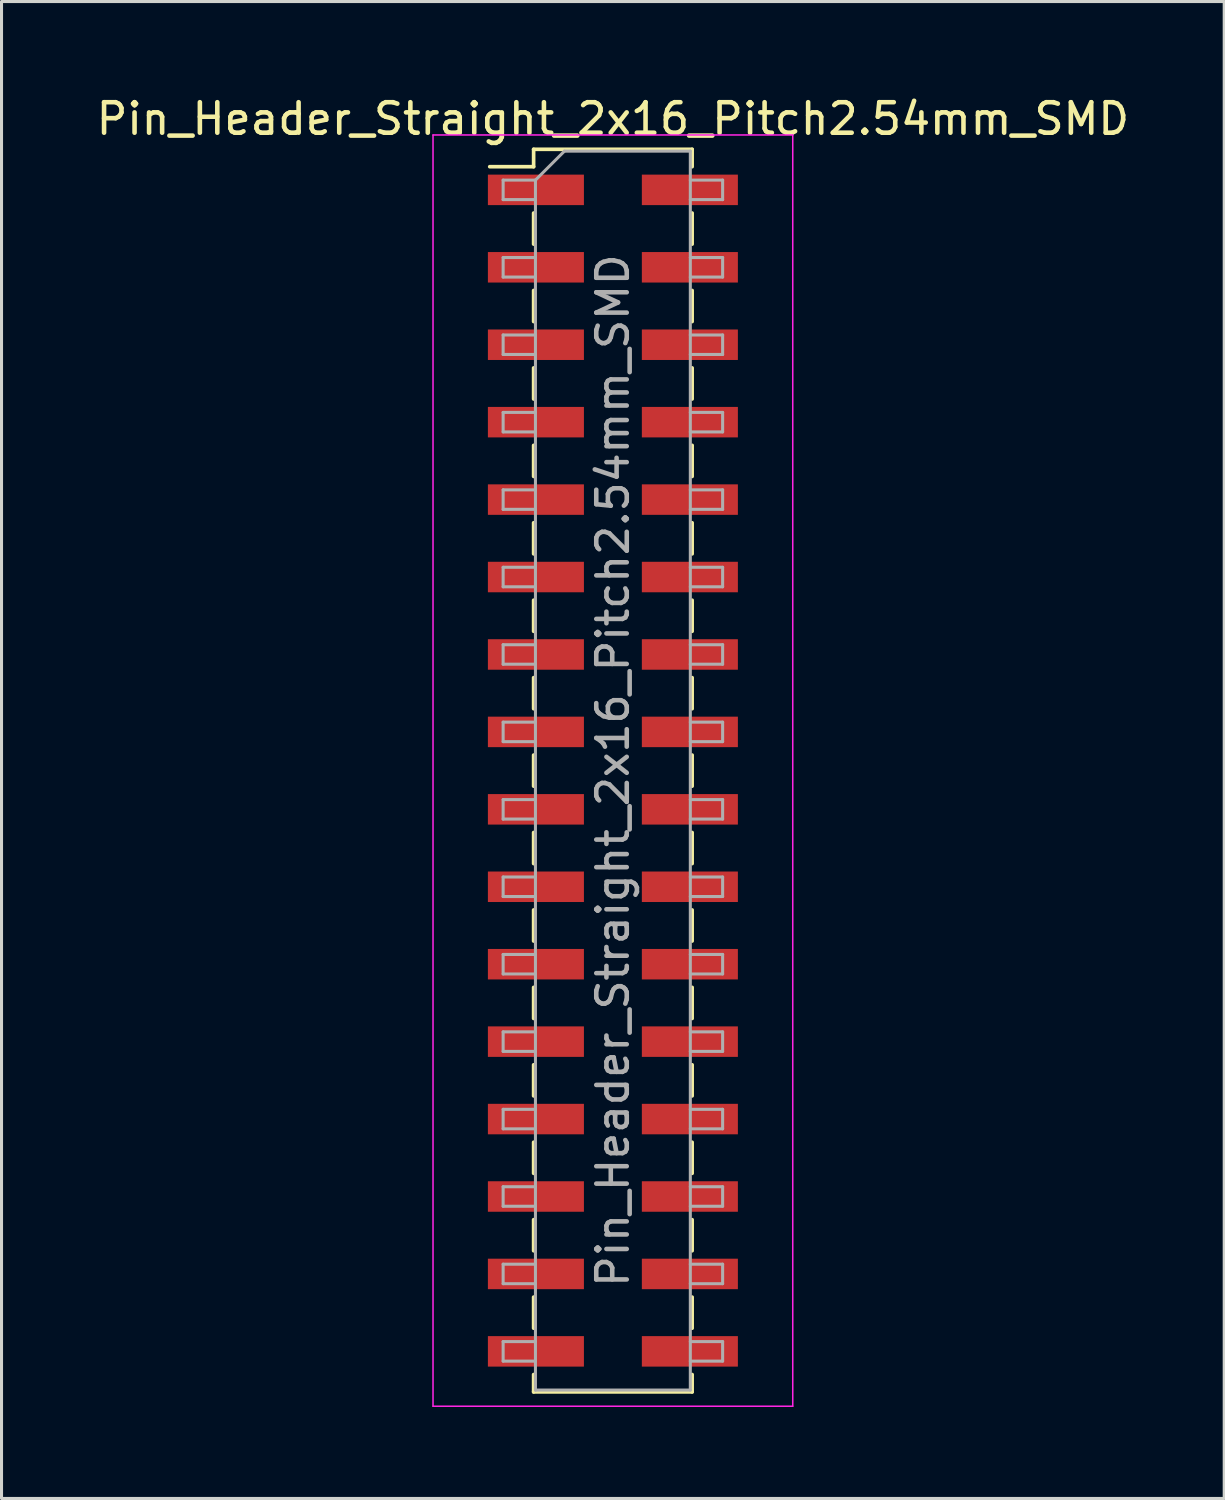
<source format=kicad_pcb>
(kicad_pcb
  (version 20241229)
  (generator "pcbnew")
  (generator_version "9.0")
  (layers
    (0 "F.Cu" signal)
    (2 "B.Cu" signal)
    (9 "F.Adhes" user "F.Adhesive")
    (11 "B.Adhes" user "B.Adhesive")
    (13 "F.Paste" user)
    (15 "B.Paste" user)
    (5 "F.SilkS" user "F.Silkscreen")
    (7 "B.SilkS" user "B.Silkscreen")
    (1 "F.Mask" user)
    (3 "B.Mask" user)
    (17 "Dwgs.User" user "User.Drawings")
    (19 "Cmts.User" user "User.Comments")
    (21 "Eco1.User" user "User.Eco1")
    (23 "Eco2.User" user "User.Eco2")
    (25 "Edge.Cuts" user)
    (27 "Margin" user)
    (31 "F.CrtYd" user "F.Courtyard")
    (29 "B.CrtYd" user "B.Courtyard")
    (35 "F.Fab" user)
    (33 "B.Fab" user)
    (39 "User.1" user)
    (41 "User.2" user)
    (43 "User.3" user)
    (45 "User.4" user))
  (footprint "Pin_Header_Straight_2x16_Pitch2.54mm_SMD"
    (layer "F.Cu")
    (at 17.054 22.228)
    (property "Reference" "Pin_Header_Straight_2x16_Pitch2.54mm_SMD" (at 0 -21.38 0) (layer "F.SilkS") (effects (font (size 1 1) (thickness 0.15))))
    (attr smd)
    (fp_line (start -4.04 -19.81) (end -2.6 -19.81) (stroke (width 0.12) (type solid)) (layer "F.SilkS"))
    (fp_line (start -2.6 -20.38) (end -2.6 -19.81) (stroke (width 0.12) (type solid)) (layer "F.SilkS"))
    (fp_line (start -2.6 -20.38) (end 2.6 -20.38) (stroke (width 0.12) (type solid)) (layer "F.SilkS"))
    (fp_line (start -2.6 -18.29) (end -2.6 -17.27) (stroke (width 0.12) (type solid)) (layer "F.SilkS"))
    (fp_line (start -2.6 -15.75) (end -2.6 -14.73) (stroke (width 0.12) (type solid)) (layer "F.SilkS"))
    (fp_line (start -2.6 -13.21) (end -2.6 -12.19) (stroke (width 0.12) (type solid)) (layer "F.SilkS"))
    (fp_line (start -2.6 -10.67) (end -2.6 -9.65) (stroke (width 0.12) (type solid)) (layer "F.SilkS"))
    (fp_line (start -2.6 -8.13) (end -2.6 -7.11) (stroke (width 0.12) (type solid)) (layer "F.SilkS"))
    (fp_line (start -2.6 -5.59) (end -2.6 -4.57) (stroke (width 0.12) (type solid)) (layer "F.SilkS"))
    (fp_line (start -2.6 -3.05) (end -2.6 -2.03) (stroke (width 0.12) (type solid)) (layer "F.SilkS"))
    (fp_line (start -2.6 -0.51) (end -2.6 0.51) (stroke (width 0.12) (type solid)) (layer "F.SilkS"))
    (fp_line (start -2.6 2.03) (end -2.6 3.05) (stroke (width 0.12) (type solid)) (layer "F.SilkS"))
    (fp_line (start -2.6 4.57) (end -2.6 5.59) (stroke (width 0.12) (type solid)) (layer "F.SilkS"))
    (fp_line (start -2.6 7.11) (end -2.6 8.13) (stroke (width 0.12) (type solid)) (layer "F.SilkS"))
    (fp_line (start -2.6 9.65) (end -2.6 10.67) (stroke (width 0.12) (type solid)) (layer "F.SilkS"))
    (fp_line (start -2.6 12.19) (end -2.6 13.21) (stroke (width 0.12) (type solid)) (layer "F.SilkS"))
    (fp_line (start -2.6 14.73) (end -2.6 15.75) (stroke (width 0.12) (type solid)) (layer "F.SilkS"))
    (fp_line (start -2.6 17.27) (end -2.6 18.29) (stroke (width 0.12) (type solid)) (layer "F.SilkS"))
    (fp_line (start -2.6 19.81) (end -2.6 20.38) (stroke (width 0.12) (type solid)) (layer "F.SilkS"))
    (fp_line (start -2.6 20.38) (end 2.6 20.38) (stroke (width 0.12) (type solid)) (layer "F.SilkS"))
    (fp_line (start 2.6 -20.38) (end 2.6 -19.81) (stroke (width 0.12) (type solid)) (layer "F.SilkS"))
    (fp_line (start 2.6 -18.29) (end 2.6 -17.27) (stroke (width 0.12) (type solid)) (layer "F.SilkS"))
    (fp_line (start 2.6 -15.75) (end 2.6 -14.73) (stroke (width 0.12) (type solid)) (layer "F.SilkS"))
    (fp_line (start 2.6 -13.21) (end 2.6 -12.19) (stroke (width 0.12) (type solid)) (layer "F.SilkS"))
    (fp_line (start 2.6 -10.67) (end 2.6 -9.65) (stroke (width 0.12) (type solid)) (layer "F.SilkS"))
    (fp_line (start 2.6 -8.13) (end 2.6 -7.11) (stroke (width 0.12) (type solid)) (layer "F.SilkS"))
    (fp_line (start 2.6 -5.59) (end 2.6 -4.57) (stroke (width 0.12) (type solid)) (layer "F.SilkS"))
    (fp_line (start 2.6 -3.05) (end 2.6 -2.03) (stroke (width 0.12) (type solid)) (layer "F.SilkS"))
    (fp_line (start 2.6 -0.51) (end 2.6 0.51) (stroke (width 0.12) (type solid)) (layer "F.SilkS"))
    (fp_line (start 2.6 2.03) (end 2.6 3.05) (stroke (width 0.12) (type solid)) (layer "F.SilkS"))
    (fp_line (start 2.6 4.57) (end 2.6 5.59) (stroke (width 0.12) (type solid)) (layer "F.SilkS"))
    (fp_line (start 2.6 7.11) (end 2.6 8.13) (stroke (width 0.12) (type solid)) (layer "F.SilkS"))
    (fp_line (start 2.6 9.65) (end 2.6 10.67) (stroke (width 0.12) (type solid)) (layer "F.SilkS"))
    (fp_line (start 2.6 12.19) (end 2.6 13.21) (stroke (width 0.12) (type solid)) (layer "F.SilkS"))
    (fp_line (start 2.6 14.73) (end 2.6 15.75) (stroke (width 0.12) (type solid)) (layer "F.SilkS"))
    (fp_line (start 2.6 17.27) (end 2.6 18.29) (stroke (width 0.12) (type solid)) (layer "F.SilkS"))
    (fp_line (start 2.6 19.81) (end 2.6 20.38) (stroke (width 0.12) (type solid)) (layer "F.SilkS"))
    (fp_line (start -5.9 -20.85) (end -5.9 20.85) (stroke (width 0.05) (type solid)) (layer "F.CrtYd"))
    (fp_line (start -5.9 20.85) (end 5.9 20.85) (stroke (width 0.05) (type solid)) (layer "F.CrtYd"))
    (fp_line (start 5.9 -20.85) (end -5.9 -20.85) (stroke (width 0.05) (type solid)) (layer "F.CrtYd"))
    (fp_line (start 5.9 20.85) (end 5.9 -20.85) (stroke (width 0.05) (type solid)) (layer "F.CrtYd"))
    (fp_line (start -3.6 -19.37) (end -3.6 -18.73) (stroke (width 0.1) (type solid)) (layer "F.Fab"))
    (fp_line (start -3.6 -18.73) (end -2.54 -18.73) (stroke (width 0.1) (type solid)) (layer "F.Fab"))
    (fp_line (start -3.6 -16.83) (end -3.6 -16.19) (stroke (width 0.1) (type solid)) (layer "F.Fab"))
    (fp_line (start -3.6 -16.19) (end -2.54 -16.19) (stroke (width 0.1) (type solid)) (layer "F.Fab"))
    (fp_line (start -3.6 -14.29) (end -3.6 -13.65) (stroke (width 0.1) (type solid)) (layer "F.Fab"))
    (fp_line (start -3.6 -13.65) (end -2.54 -13.65) (stroke (width 0.1) (type solid)) (layer "F.Fab"))
    (fp_line (start -3.6 -11.75) (end -3.6 -11.11) (stroke (width 0.1) (type solid)) (layer "F.Fab"))
    (fp_line (start -3.6 -11.11) (end -2.54 -11.11) (stroke (width 0.1) (type solid)) (layer "F.Fab"))
    (fp_line (start -3.6 -9.21) (end -3.6 -8.57) (stroke (width 0.1) (type solid)) (layer "F.Fab"))
    (fp_line (start -3.6 -8.57) (end -2.54 -8.57) (stroke (width 0.1) (type solid)) (layer "F.Fab"))
    (fp_line (start -3.6 -6.67) (end -3.6 -6.03) (stroke (width 0.1) (type solid)) (layer "F.Fab"))
    (fp_line (start -3.6 -6.03) (end -2.54 -6.03) (stroke (width 0.1) (type solid)) (layer "F.Fab"))
    (fp_line (start -3.6 -4.13) (end -3.6 -3.49) (stroke (width 0.1) (type solid)) (layer "F.Fab"))
    (fp_line (start -3.6 -3.49) (end -2.54 -3.49) (stroke (width 0.1) (type solid)) (layer "F.Fab"))
    (fp_line (start -3.6 -1.59) (end -3.6 -0.95) (stroke (width 0.1) (type solid)) (layer "F.Fab"))
    (fp_line (start -3.6 -0.95) (end -2.54 -0.95) (stroke (width 0.1) (type solid)) (layer "F.Fab"))
    (fp_line (start -3.6 0.95) (end -3.6 1.59) (stroke (width 0.1) (type solid)) (layer "F.Fab"))
    (fp_line (start -3.6 1.59) (end -2.54 1.59) (stroke (width 0.1) (type solid)) (layer "F.Fab"))
    (fp_line (start -3.6 3.49) (end -3.6 4.13) (stroke (width 0.1) (type solid)) (layer "F.Fab"))
    (fp_line (start -3.6 4.13) (end -2.54 4.13) (stroke (width 0.1) (type solid)) (layer "F.Fab"))
    (fp_line (start -3.6 6.03) (end -3.6 6.67) (stroke (width 0.1) (type solid)) (layer "F.Fab"))
    (fp_line (start -3.6 6.67) (end -2.54 6.67) (stroke (width 0.1) (type solid)) (layer "F.Fab"))
    (fp_line (start -3.6 8.57) (end -3.6 9.21) (stroke (width 0.1) (type solid)) (layer "F.Fab"))
    (fp_line (start -3.6 9.21) (end -2.54 9.21) (stroke (width 0.1) (type solid)) (layer "F.Fab"))
    (fp_line (start -3.6 11.11) (end -3.6 11.75) (stroke (width 0.1) (type solid)) (layer "F.Fab"))
    (fp_line (start -3.6 11.75) (end -2.54 11.75) (stroke (width 0.1) (type solid)) (layer "F.Fab"))
    (fp_line (start -3.6 13.65) (end -3.6 14.29) (stroke (width 0.1) (type solid)) (layer "F.Fab"))
    (fp_line (start -3.6 14.29) (end -2.54 14.29) (stroke (width 0.1) (type solid)) (layer "F.Fab"))
    (fp_line (start -3.6 16.19) (end -3.6 16.83) (stroke (width 0.1) (type solid)) (layer "F.Fab"))
    (fp_line (start -3.6 16.83) (end -2.54 16.83) (stroke (width 0.1) (type solid)) (layer "F.Fab"))
    (fp_line (start -3.6 18.73) (end -3.6 19.37) (stroke (width 0.1) (type solid)) (layer "F.Fab"))
    (fp_line (start -3.6 19.37) (end -2.54 19.37) (stroke (width 0.1) (type solid)) (layer "F.Fab"))
    (fp_line (start -2.54 -19.37) (end -3.6 -19.37) (stroke (width 0.1) (type solid)) (layer "F.Fab"))
    (fp_line (start -2.54 -19.37) (end -1.59 -20.32) (stroke (width 0.1) (type solid)) (layer "F.Fab"))
    (fp_line (start -2.54 -16.83) (end -3.6 -16.83) (stroke (width 0.1) (type solid)) (layer "F.Fab"))
    (fp_line (start -2.54 -14.29) (end -3.6 -14.29) (stroke (width 0.1) (type solid)) (layer "F.Fab"))
    (fp_line (start -2.54 -11.75) (end -3.6 -11.75) (stroke (width 0.1) (type solid)) (layer "F.Fab"))
    (fp_line (start -2.54 -9.21) (end -3.6 -9.21) (stroke (width 0.1) (type solid)) (layer "F.Fab"))
    (fp_line (start -2.54 -6.67) (end -3.6 -6.67) (stroke (width 0.1) (type solid)) (layer "F.Fab"))
    (fp_line (start -2.54 -4.13) (end -3.6 -4.13) (stroke (width 0.1) (type solid)) (layer "F.Fab"))
    (fp_line (start -2.54 -1.59) (end -3.6 -1.59) (stroke (width 0.1) (type solid)) (layer "F.Fab"))
    (fp_line (start -2.54 0.95) (end -3.6 0.95) (stroke (width 0.1) (type solid)) (layer "F.Fab"))
    (fp_line (start -2.54 3.49) (end -3.6 3.49) (stroke (width 0.1) (type solid)) (layer "F.Fab"))
    (fp_line (start -2.54 6.03) (end -3.6 6.03) (stroke (width 0.1) (type solid)) (layer "F.Fab"))
    (fp_line (start -2.54 8.57) (end -3.6 8.57) (stroke (width 0.1) (type solid)) (layer "F.Fab"))
    (fp_line (start -2.54 11.11) (end -3.6 11.11) (stroke (width 0.1) (type solid)) (layer "F.Fab"))
    (fp_line (start -2.54 13.65) (end -3.6 13.65) (stroke (width 0.1) (type solid)) (layer "F.Fab"))
    (fp_line (start -2.54 16.19) (end -3.6 16.19) (stroke (width 0.1) (type solid)) (layer "F.Fab"))
    (fp_line (start -2.54 18.73) (end -3.6 18.73) (stroke (width 0.1) (type solid)) (layer "F.Fab"))
    (fp_line (start -2.54 20.32) (end -2.54 -19.37) (stroke (width 0.1) (type solid)) (layer "F.Fab"))
    (fp_line (start -1.59 -20.32) (end 2.54 -20.32) (stroke (width 0.1) (type solid)) (layer "F.Fab"))
    (fp_line (start 2.54 -20.32) (end 2.54 20.32) (stroke (width 0.1) (type solid)) (layer "F.Fab"))
    (fp_line (start 2.54 -19.37) (end 3.6 -19.37) (stroke (width 0.1) (type solid)) (layer "F.Fab"))
    (fp_line (start 2.54 -16.83) (end 3.6 -16.83) (stroke (width 0.1) (type solid)) (layer "F.Fab"))
    (fp_line (start 2.54 -14.29) (end 3.6 -14.29) (stroke (width 0.1) (type solid)) (layer "F.Fab"))
    (fp_line (start 2.54 -11.75) (end 3.6 -11.75) (stroke (width 0.1) (type solid)) (layer "F.Fab"))
    (fp_line (start 2.54 -9.21) (end 3.6 -9.21) (stroke (width 0.1) (type solid)) (layer "F.Fab"))
    (fp_line (start 2.54 -6.67) (end 3.6 -6.67) (stroke (width 0.1) (type solid)) (layer "F.Fab"))
    (fp_line (start 2.54 -4.13) (end 3.6 -4.13) (stroke (width 0.1) (type solid)) (layer "F.Fab"))
    (fp_line (start 2.54 -1.59) (end 3.6 -1.59) (stroke (width 0.1) (type solid)) (layer "F.Fab"))
    (fp_line (start 2.54 0.95) (end 3.6 0.95) (stroke (width 0.1) (type solid)) (layer "F.Fab"))
    (fp_line (start 2.54 3.49) (end 3.6 3.49) (stroke (width 0.1) (type solid)) (layer "F.Fab"))
    (fp_line (start 2.54 6.03) (end 3.6 6.03) (stroke (width 0.1) (type solid)) (layer "F.Fab"))
    (fp_line (start 2.54 8.57) (end 3.6 8.57) (stroke (width 0.1) (type solid)) (layer "F.Fab"))
    (fp_line (start 2.54 11.11) (end 3.6 11.11) (stroke (width 0.1) (type solid)) (layer "F.Fab"))
    (fp_line (start 2.54 13.65) (end 3.6 13.65) (stroke (width 0.1) (type solid)) (layer "F.Fab"))
    (fp_line (start 2.54 16.19) (end 3.6 16.19) (stroke (width 0.1) (type solid)) (layer "F.Fab"))
    (fp_line (start 2.54 18.73) (end 3.6 18.73) (stroke (width 0.1) (type solid)) (layer "F.Fab"))
    (fp_line (start 2.54 20.32) (end -2.54 20.32) (stroke (width 0.1) (type solid)) (layer "F.Fab"))
    (fp_line (start 3.6 -19.37) (end 3.6 -18.73) (stroke (width 0.1) (type solid)) (layer "F.Fab"))
    (fp_line (start 3.6 -18.73) (end 2.54 -18.73) (stroke (width 0.1) (type solid)) (layer "F.Fab"))
    (fp_line (start 3.6 -16.83) (end 3.6 -16.19) (stroke (width 0.1) (type solid)) (layer "F.Fab"))
    (fp_line (start 3.6 -16.19) (end 2.54 -16.19) (stroke (width 0.1) (type solid)) (layer "F.Fab"))
    (fp_line (start 3.6 -14.29) (end 3.6 -13.65) (stroke (width 0.1) (type solid)) (layer "F.Fab"))
    (fp_line (start 3.6 -13.65) (end 2.54 -13.65) (stroke (width 0.1) (type solid)) (layer "F.Fab"))
    (fp_line (start 3.6 -11.75) (end 3.6 -11.11) (stroke (width 0.1) (type solid)) (layer "F.Fab"))
    (fp_line (start 3.6 -11.11) (end 2.54 -11.11) (stroke (width 0.1) (type solid)) (layer "F.Fab"))
    (fp_line (start 3.6 -9.21) (end 3.6 -8.57) (stroke (width 0.1) (type solid)) (layer "F.Fab"))
    (fp_line (start 3.6 -8.57) (end 2.54 -8.57) (stroke (width 0.1) (type solid)) (layer "F.Fab"))
    (fp_line (start 3.6 -6.67) (end 3.6 -6.03) (stroke (width 0.1) (type solid)) (layer "F.Fab"))
    (fp_line (start 3.6 -6.03) (end 2.54 -6.03) (stroke (width 0.1) (type solid)) (layer "F.Fab"))
    (fp_line (start 3.6 -4.13) (end 3.6 -3.49) (stroke (width 0.1) (type solid)) (layer "F.Fab"))
    (fp_line (start 3.6 -3.49) (end 2.54 -3.49) (stroke (width 0.1) (type solid)) (layer "F.Fab"))
    (fp_line (start 3.6 -1.59) (end 3.6 -0.95) (stroke (width 0.1) (type solid)) (layer "F.Fab"))
    (fp_line (start 3.6 -0.95) (end 2.54 -0.95) (stroke (width 0.1) (type solid)) (layer "F.Fab"))
    (fp_line (start 3.6 0.95) (end 3.6 1.59) (stroke (width 0.1) (type solid)) (layer "F.Fab"))
    (fp_line (start 3.6 1.59) (end 2.54 1.59) (stroke (width 0.1) (type solid)) (layer "F.Fab"))
    (fp_line (start 3.6 3.49) (end 3.6 4.13) (stroke (width 0.1) (type solid)) (layer "F.Fab"))
    (fp_line (start 3.6 4.13) (end 2.54 4.13) (stroke (width 0.1) (type solid)) (layer "F.Fab"))
    (fp_line (start 3.6 6.03) (end 3.6 6.67) (stroke (width 0.1) (type solid)) (layer "F.Fab"))
    (fp_line (start 3.6 6.67) (end 2.54 6.67) (stroke (width 0.1) (type solid)) (layer "F.Fab"))
    (fp_line (start 3.6 8.57) (end 3.6 9.21) (stroke (width 0.1) (type solid)) (layer "F.Fab"))
    (fp_line (start 3.6 9.21) (end 2.54 9.21) (stroke (width 0.1) (type solid)) (layer "F.Fab"))
    (fp_line (start 3.6 11.11) (end 3.6 11.75) (stroke (width 0.1) (type solid)) (layer "F.Fab"))
    (fp_line (start 3.6 11.75) (end 2.54 11.75) (stroke (width 0.1) (type solid)) (layer "F.Fab"))
    (fp_line (start 3.6 13.65) (end 3.6 14.29) (stroke (width 0.1) (type solid)) (layer "F.Fab"))
    (fp_line (start 3.6 14.29) (end 2.54 14.29) (stroke (width 0.1) (type solid)) (layer "F.Fab"))
    (fp_line (start 3.6 16.19) (end 3.6 16.83) (stroke (width 0.1) (type solid)) (layer "F.Fab"))
    (fp_line (start 3.6 16.83) (end 2.54 16.83) (stroke (width 0.1) (type solid)) (layer "F.Fab"))
    (fp_line (start 3.6 18.73) (end 3.6 19.37) (stroke (width 0.1) (type solid)) (layer "F.Fab"))
    (fp_line (start 3.6 19.37) (end 2.54 19.37) (stroke (width 0.1) (type solid)) (layer "F.Fab"))
    (fp_text user "${REFERENCE}" (at 0 0 90) (layer "F.Fab") (effects (font (size 1 1) (thickness 0.15))))
    (pad "1" smd rect (at -2.525 -19.05) (size 3.15 1) (layers "F.Cu" "F.Mask" "F.Paste"))
    (pad "2" smd rect (at 2.525 -19.05) (size 3.15 1) (layers "F.Cu" "F.Mask" "F.Paste"))
    (pad "3" smd rect (at -2.525 -16.51) (size 3.15 1) (layers "F.Cu" "F.Mask" "F.Paste"))
    (pad "4" smd rect (at 2.525 -16.51) (size 3.15 1) (layers "F.Cu" "F.Mask" "F.Paste"))
    (pad "5" smd rect (at -2.525 -13.97) (size 3.15 1) (layers "F.Cu" "F.Mask" "F.Paste"))
    (pad "6" smd rect (at 2.525 -13.97) (size 3.15 1) (layers "F.Cu" "F.Mask" "F.Paste"))
    (pad "7" smd rect (at -2.525 -11.43) (size 3.15 1) (layers "F.Cu" "F.Mask" "F.Paste"))
    (pad "8" smd rect (at 2.525 -11.43) (size 3.15 1) (layers "F.Cu" "F.Mask" "F.Paste"))
    (pad "9" smd rect (at -2.525 -8.89) (size 3.15 1) (layers "F.Cu" "F.Mask" "F.Paste"))
    (pad "10" smd rect (at 2.525 -8.89) (size 3.15 1) (layers "F.Cu" "F.Mask" "F.Paste"))
    (pad "11" smd rect (at -2.525 -6.35) (size 3.15 1) (layers "F.Cu" "F.Mask" "F.Paste"))
    (pad "12" smd rect (at 2.525 -6.35) (size 3.15 1) (layers "F.Cu" "F.Mask" "F.Paste"))
    (pad "13" smd rect (at -2.525 -3.81) (size 3.15 1) (layers "F.Cu" "F.Mask" "F.Paste"))
    (pad "14" smd rect (at 2.525 -3.81) (size 3.15 1) (layers "F.Cu" "F.Mask" "F.Paste"))
    (pad "15" smd rect (at -2.525 -1.27) (size 3.15 1) (layers "F.Cu" "F.Mask" "F.Paste"))
    (pad "16" smd rect (at 2.525 -1.27) (size 3.15 1) (layers "F.Cu" "F.Mask" "F.Paste"))
    (pad "17" smd rect (at -2.525 1.27) (size 3.15 1) (layers "F.Cu" "F.Mask" "F.Paste"))
    (pad "18" smd rect (at 2.525 1.27) (size 3.15 1) (layers "F.Cu" "F.Mask" "F.Paste"))
    (pad "19" smd rect (at -2.525 3.81) (size 3.15 1) (layers "F.Cu" "F.Mask" "F.Paste"))
    (pad "20" smd rect (at 2.525 3.81) (size 3.15 1) (layers "F.Cu" "F.Mask" "F.Paste"))
    (pad "21" smd rect (at -2.525 6.35) (size 3.15 1) (layers "F.Cu" "F.Mask" "F.Paste"))
    (pad "22" smd rect (at 2.525 6.35) (size 3.15 1) (layers "F.Cu" "F.Mask" "F.Paste"))
    (pad "23" smd rect (at -2.525 8.89) (size 3.15 1) (layers "F.Cu" "F.Mask" "F.Paste"))
    (pad "24" smd rect (at 2.525 8.89) (size 3.15 1) (layers "F.Cu" "F.Mask" "F.Paste"))
    (pad "25" smd rect (at -2.525 11.43) (size 3.15 1) (layers "F.Cu" "F.Mask" "F.Paste"))
    (pad "26" smd rect (at 2.525 11.43) (size 3.15 1) (layers "F.Cu" "F.Mask" "F.Paste"))
    (pad "27" smd rect (at -2.525 13.97) (size 3.15 1) (layers "F.Cu" "F.Mask" "F.Paste"))
    (pad "28" smd rect (at 2.525 13.97) (size 3.15 1) (layers "F.Cu" "F.Mask" "F.Paste"))
    (pad "29" smd rect (at -2.525 16.51) (size 3.15 1) (layers "F.Cu" "F.Mask" "F.Paste"))
    (pad "30" smd rect (at 2.525 16.51) (size 3.15 1) (layers "F.Cu" "F.Mask" "F.Paste"))
    (pad "31" smd rect (at -2.525 19.05) (size 3.15 1) (layers "F.Cu" "F.Mask" "F.Paste"))
    (pad "32" smd rect (at 2.525 19.05) (size 3.15 1) (layers "F.Cu" "F.Mask" "F.Paste")))
  (gr_rect
    (start -3 -3)
    (end 37.107 46.103)
    (stroke (width 0.1) (type default))
    (fill no)
    (layer "Edge.Cuts")))
</source>
